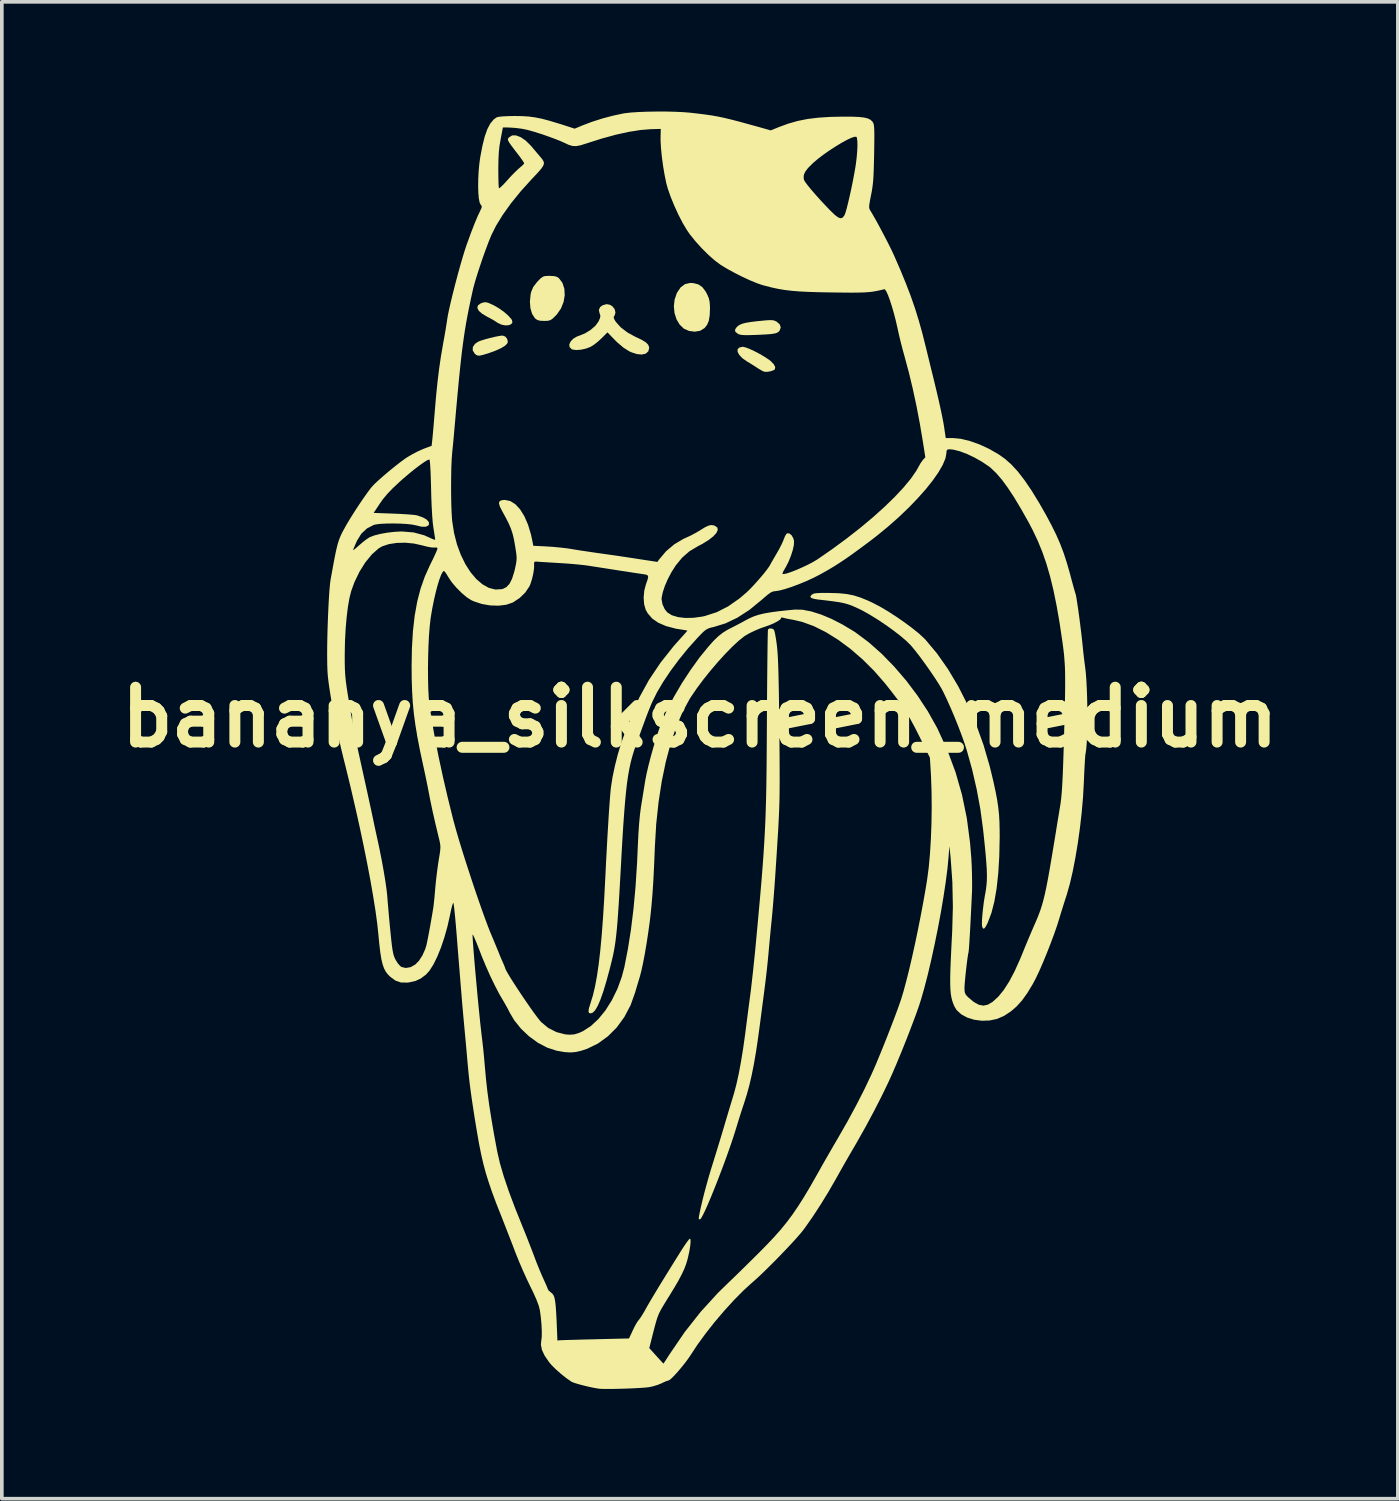
<source format=kicad_pcb>
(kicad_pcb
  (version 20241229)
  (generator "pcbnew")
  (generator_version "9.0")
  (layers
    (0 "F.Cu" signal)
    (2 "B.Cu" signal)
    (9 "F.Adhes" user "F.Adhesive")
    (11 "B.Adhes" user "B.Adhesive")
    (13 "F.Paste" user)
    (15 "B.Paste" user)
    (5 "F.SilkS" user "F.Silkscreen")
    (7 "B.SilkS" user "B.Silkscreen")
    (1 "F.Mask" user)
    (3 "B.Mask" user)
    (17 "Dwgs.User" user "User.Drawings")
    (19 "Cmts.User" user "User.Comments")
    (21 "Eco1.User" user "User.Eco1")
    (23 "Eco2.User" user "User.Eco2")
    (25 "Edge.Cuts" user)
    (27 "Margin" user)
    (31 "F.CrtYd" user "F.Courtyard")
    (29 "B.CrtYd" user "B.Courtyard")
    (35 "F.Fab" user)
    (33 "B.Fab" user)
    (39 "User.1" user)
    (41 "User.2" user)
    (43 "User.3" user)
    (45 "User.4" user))
  (footprint "bananya_silkscreen_medium"
    (layer "F.Cu")
    (at 16.086 16.562)
    (property "Reference" "bananya_silkscreen_medium" (at 0 0 0) (layer "F.SilkS") (effects (font (size 1.5 1.5) (thickness 0.3))))
    (attr board_only exclude_from_pos_files exclude_from_bom)
    (fp_poly (pts (xy -5.322 -10.411) (xy -5.269 -10.348) (xy -5.251 -10.269) (xy -5.264 -10.224) (xy -5.323 -10.162) (xy -5.433 -10.094) (xy -5.588 -10.023) (xy -5.776 -9.955) (xy -5.795 -9.949) (xy -5.927 -9.909) (xy -6.016 -9.889) (xy -6.076 -9.89) (xy -6.121 -9.912) (xy -6.158 -9.944) (xy -6.211 -10.032) (xy -6.207 -10.124) (xy -6.148 -10.21) (xy -6.065 -10.268) (xy -5.989 -10.298) (xy -5.873 -10.334) (xy -5.736 -10.371) (xy -5.598 -10.404) (xy -5.479 -10.427) (xy -5.398 -10.437) (xy -5.396 -10.437)) (stroke (width 0) (type solid)) (fill yes) (layer "F.SilkS"))
    (fp_poly (pts (xy -5.835 -11.346) (xy -5.765 -11.324) (xy -5.663 -11.277) (xy -5.641 -11.267) (xy -5.501 -11.187) (xy -5.363 -11.09) (xy -5.245 -10.988) (xy -5.16 -10.895) (xy -5.137 -10.86) (xy -5.125 -10.794) (xy -5.16 -10.747) (xy -5.229 -10.72) (xy -5.321 -10.715) (xy -5.424 -10.735) (xy -5.525 -10.782) (xy -5.542 -10.794) (xy -5.634 -10.853) (xy -5.749 -10.918) (xy -5.808 -10.948) (xy -5.953 -11.033) (xy -6.046 -11.115) (xy -6.084 -11.193) (xy -6.068 -11.261) (xy -5.994 -11.315) (xy -5.954 -11.331) (xy -5.892 -11.347)) (stroke (width 0) (type solid)) (fill yes) (layer "F.SilkS"))
    (fp_poly (pts (xy -0.17 -11.87) (xy -0.035 -11.833) (xy 0.071 -11.758) (xy 0.161 -11.637) (xy 0.197 -11.57) (xy 0.243 -11.464) (xy 0.267 -11.361) (xy 0.276 -11.234) (xy 0.277 -11.178) (xy 0.269 -10.984) (xy 0.244 -10.838) (xy 0.197 -10.728) (xy 0.128 -10.642) (xy 0.008 -10.567) (xy -0.142 -10.543) (xy -0.299 -10.564) (xy -0.438 -10.626) (xy -0.552 -10.735) (xy -0.638 -10.88) (xy -0.692 -11.049) (xy -0.711 -11.233) (xy -0.691 -11.419) (xy -0.63 -11.597) (xy -0.623 -11.611) (xy -0.524 -11.756) (xy -0.405 -11.844) (xy -0.263 -11.876)) (stroke (width 0) (type solid)) (fill yes) (layer "F.SilkS"))
    (fp_poly (pts (xy 1.251 -10.113) (xy 1.362 -10.071) (xy 1.495 -10.008) (xy 1.637 -9.934) (xy 1.772 -9.854) (xy 1.888 -9.778) (xy 1.942 -9.735) (xy 2.025 -9.648) (xy 2.061 -9.571) (xy 2.049 -9.512) (xy 2.031 -9.497) (xy 1.948 -9.464) (xy 1.847 -9.445) (xy 1.77 -9.446) (xy 1.708 -9.471) (xy 1.624 -9.519) (xy 1.586 -9.543) (xy 1.489 -9.606) (xy 1.371 -9.68) (xy 1.287 -9.73) (xy 1.163 -9.817) (xy 1.078 -9.906) (xy 1.033 -9.989) (xy 1.031 -10.059) (xy 1.074 -10.108) (xy 1.164 -10.129) (xy 1.178 -10.129)) (stroke (width 0) (type solid)) (fill yes) (layer "F.SilkS"))
    (fp_poly (pts (xy 1.987 -10.857) (xy 2.04 -10.845) (xy 2.087 -10.823) (xy 2.102 -10.815) (xy 2.184 -10.743) (xy 2.212 -10.659) (xy 2.182 -10.575) (xy 2.169 -10.558) (xy 2.137 -10.529) (xy 2.095 -10.507) (xy 2.033 -10.491) (xy 1.943 -10.478) (xy 1.814 -10.468) (xy 1.638 -10.459) (xy 1.524 -10.454) (xy 1.348 -10.449) (xy 1.222 -10.449) (xy 1.135 -10.455) (xy 1.074 -10.469) (xy 1.039 -10.485) (xy 0.97 -10.54) (xy 0.962 -10.602) (xy 1.013 -10.674) (xy 1.022 -10.683) (xy 1.078 -10.724) (xy 1.152 -10.758) (xy 1.253 -10.785) (xy 1.392 -10.808) (xy 1.579 -10.831) (xy 1.656 -10.838) (xy 1.809 -10.853) (xy 1.915 -10.859)) (stroke (width 0) (type solid)) (fill yes) (layer "F.SilkS"))
    (fp_poly (pts (xy -3.988 -12.063) (xy -3.911 -12.044) (xy -3.852 -12.004) (xy -3.851 -12.003) (xy -3.756 -11.875) (xy -3.705 -11.716) (xy -3.695 -11.539) (xy -3.726 -11.356) (xy -3.797 -11.178) (xy -3.907 -11.019) (xy -3.94 -10.984) (xy -4.021 -10.905) (xy -4.083 -10.861) (xy -4.146 -10.842) (xy -4.234 -10.837) (xy -4.261 -10.837) (xy -4.373 -10.843) (xy -4.446 -10.863) (xy -4.503 -10.904) (xy -4.509 -10.91) (xy -4.586 -11.027) (xy -4.633 -11.184) (xy -4.647 -11.368) (xy -4.627 -11.565) (xy -4.613 -11.629) (xy -4.556 -11.765) (xy -4.45 -11.903) (xy -4.434 -11.92) (xy -4.355 -12) (xy -4.295 -12.044) (xy -4.233 -12.064) (xy -4.146 -12.069) (xy -4.106 -12.069)) (stroke (width 0) (type solid)) (fill yes) (layer "F.SilkS"))
    (fp_poly (pts (xy -2.456 -11.278) (xy -2.39 -11.235) (xy -2.33 -11.159) (xy -2.308 -11.069) (xy -2.329 -10.988) (xy -2.345 -10.968) (xy -2.358 -10.932) (xy -2.336 -10.873) (xy -2.294 -10.807) (xy -2.162 -10.66) (xy -1.983 -10.523) (xy -1.768 -10.405) (xy -1.746 -10.395) (xy -1.584 -10.318) (xy -1.475 -10.25) (xy -1.412 -10.185) (xy -1.387 -10.118) (xy -1.385 -10.098) (xy -1.41 -10.004) (xy -1.479 -9.943) (xy -1.585 -9.918) (xy -1.719 -9.93) (xy -1.873 -9.98) (xy -1.929 -10.006) (xy -2.084 -10.103) (xy -2.249 -10.242) (xy -2.32 -10.311) (xy -2.526 -10.524) (xy -2.689 -10.361) (xy -2.791 -10.268) (xy -2.898 -10.185) (xy -2.985 -10.13) (xy -3.109 -10.082) (xy -3.247 -10.051) (xy -3.378 -10.041) (xy -3.481 -10.055) (xy -3.505 -10.065) (xy -3.562 -10.122) (xy -3.57 -10.195) (xy -3.534 -10.275) (xy -3.461 -10.351) (xy -3.355 -10.413) (xy -3.303 -10.431) (xy -3.137 -10.499) (xy -2.982 -10.595) (xy -2.854 -10.707) (xy -2.771 -10.823) (xy -2.769 -10.825) (xy -2.73 -10.916) (xy -2.72 -10.977) (xy -2.736 -11.029) (xy -2.739 -11.036) (xy -2.762 -11.133) (xy -2.728 -11.215) (xy -2.661 -11.264) (xy -2.551 -11.296)) (stroke (width 0) (type solid)) (fill yes) (layer "F.SilkS"))
    (fp_poly (pts (xy 3.534 -3.399) (xy 3.792 -3.392) (xy 4.008 -3.371) (xy 4.203 -3.333) (xy 4.396 -3.272) (xy 4.607 -3.185) (xy 4.734 -3.125) (xy 4.93 -3.023) (xy 5.148 -2.894) (xy 5.375 -2.747) (xy 5.6 -2.591) (xy 5.81 -2.435) (xy 5.993 -2.287) (xy 6.136 -2.155) (xy 6.169 -2.121) (xy 6.483 -1.746) (xy 6.783 -1.319) (xy 7.064 -0.847) (xy 7.322 -0.339) (xy 7.554 0.197) (xy 7.755 0.754) (xy 7.921 1.323) (xy 7.953 1.451) (xy 8.027 1.76) (xy 8.084 2.023) (xy 8.128 2.252) (xy 8.159 2.461) (xy 8.18 2.662) (xy 8.192 2.867) (xy 8.197 3.091) (xy 8.198 3.279) (xy 8.187 3.803) (xy 8.159 4.269) (xy 8.114 4.681) (xy 8.052 5.04) (xy 7.973 5.348) (xy 7.875 5.608) (xy 7.871 5.618) (xy 7.815 5.727) (xy 7.772 5.779) (xy 7.74 5.774) (xy 7.717 5.721) (xy 7.712 5.652) (xy 7.715 5.536) (xy 7.726 5.387) (xy 7.744 5.218) (xy 7.766 5.043) (xy 7.793 4.875) (xy 7.804 4.818) (xy 7.824 4.701) (xy 7.838 4.585) (xy 7.847 4.462) (xy 7.849 4.325) (xy 7.845 4.167) (xy 7.833 3.981) (xy 7.815 3.758) (xy 7.789 3.492) (xy 7.756 3.176) (xy 7.74 3.033) (xy 7.669 2.51) (xy 7.569 1.969) (xy 7.445 1.431) (xy 7.303 0.92) (xy 7.235 0.707) (xy 7.158 0.49) (xy 7.065 0.246) (xy 6.963 -0.008) (xy 6.857 -0.257) (xy 6.754 -0.487) (xy 6.661 -0.682) (xy 6.616 -0.769) (xy 6.536 -0.905) (xy 6.426 -1.076) (xy 6.297 -1.266) (xy 6.158 -1.463) (xy 6.019 -1.653) (xy 5.889 -1.821) (xy 5.778 -1.955) (xy 5.759 -1.976) (xy 5.641 -2.092) (xy 5.48 -2.228) (xy 5.289 -2.376) (xy 5.078 -2.527) (xy 4.861 -2.672) (xy 4.649 -2.803) (xy 4.454 -2.913) (xy 4.39 -2.945) (xy 4.265 -3.004) (xy 4.156 -3.052) (xy 4.051 -3.089) (xy 3.94 -3.12) (xy 3.811 -3.146) (xy 3.654 -3.169) (xy 3.457 -3.194) (xy 3.217 -3.221) (xy 3.126 -3.237) (xy 3.057 -3.258) (xy 3.048 -3.263) (xy 3.02 -3.291) (xy 3.036 -3.325) (xy 3.057 -3.347) (xy 3.086 -3.369) (xy 3.13 -3.385) (xy 3.198 -3.394) (xy 3.301 -3.399) (xy 3.45 -3.4)) (stroke (width 0) (type solid)) (fill yes) (layer "F.SilkS"))
    (fp_poly (pts (xy 1.977 -2.424) (xy 2.025 -2.394) (xy 2.041 -2.35) (xy 2.061 -2.258) (xy 2.083 -2.131) (xy 2.104 -1.982) (xy 2.105 -1.97) (xy 2.116 -1.868) (xy 2.126 -1.744) (xy 2.135 -1.593) (xy 2.142 -1.411) (xy 2.149 -1.193) (xy 2.155 -0.935) (xy 2.161 -0.631) (xy 2.166 -0.278) (xy 2.171 0.131) (xy 2.173 0.339) (xy 2.177 0.747) (xy 2.18 1.102) (xy 2.181 1.409) (xy 2.182 1.678) (xy 2.181 1.915) (xy 2.179 2.128) (xy 2.175 2.324) (xy 2.169 2.51) (xy 2.161 2.695) (xy 2.152 2.886) (xy 2.141 3.09) (xy 2.128 3.294) (xy 2.102 3.714) (xy 2.078 4.079) (xy 2.057 4.397) (xy 2.037 4.676) (xy 2.018 4.922) (xy 2 5.143) (xy 1.982 5.346) (xy 1.964 5.539) (xy 1.954 5.634) (xy 1.934 5.838) (xy 1.912 6.069) (xy 1.891 6.295) (xy 1.877 6.45) (xy 1.859 6.642) (xy 1.836 6.866) (xy 1.81 7.095) (xy 1.785 7.297) (xy 1.762 7.478) (xy 1.733 7.7) (xy 1.701 7.942) (xy 1.67 8.184) (xy 1.647 8.359) (xy 1.589 8.787) (xy 1.533 9.162) (xy 1.476 9.492) (xy 1.417 9.787) (xy 1.355 10.055) (xy 1.287 10.304) (xy 1.212 10.544) (xy 1.201 10.576) (xy 1.152 10.723) (xy 1.094 10.904) (xy 1.036 11.092) (xy 0.997 11.22) (xy 0.932 11.427) (xy 0.856 11.657) (xy 0.77 11.902) (xy 0.679 12.155) (xy 0.583 12.41) (xy 0.487 12.661) (xy 0.392 12.901) (xy 0.302 13.122) (xy 0.218 13.32) (xy 0.144 13.486) (xy 0.081 13.614) (xy 0.034 13.698) (xy 0.004 13.731) (xy 0.002 13.731) (xy -0.03 13.717) (xy -0.031 13.712) (xy -0.023 13.639) (xy 0.001 13.518) (xy 0.036 13.359) (xy 0.08 13.173) (xy 0.131 12.972) (xy 0.187 12.765) (xy 0.244 12.563) (xy 0.299 12.378) (xy 0.304 12.361) (xy 0.377 12.127) (xy 0.459 11.862) (xy 0.542 11.59) (xy 0.618 11.338) (xy 0.657 11.207) (xy 0.719 10.997) (xy 0.784 10.779) (xy 0.847 10.57) (xy 0.902 10.388) (xy 0.934 10.282) (xy 0.998 10.042) (xy 1.063 9.749) (xy 1.126 9.412) (xy 1.186 9.04) (xy 1.242 8.641) (xy 1.248 8.59) (xy 1.269 8.424) (xy 1.296 8.218) (xy 1.325 7.992) (xy 1.355 7.767) (xy 1.371 7.646) (xy 1.396 7.454) (xy 1.423 7.217) (xy 1.453 6.952) (xy 1.482 6.675) (xy 1.51 6.404) (xy 1.525 6.245) (xy 1.574 5.72) (xy 1.617 5.249) (xy 1.655 4.824) (xy 1.688 4.438) (xy 1.716 4.083) (xy 1.74 3.753) (xy 1.76 3.44) (xy 1.777 3.135) (xy 1.791 2.833) (xy 1.802 2.525) (xy 1.811 2.204) (xy 1.818 1.863) (xy 1.823 1.494) (xy 1.827 1.089) (xy 1.83 0.642) (xy 1.833 0.144) (xy 1.833 0.083) (xy 1.835 -0.301) (xy 1.838 -0.667) (xy 1.841 -1.01) (xy 1.844 -1.327) (xy 1.847 -1.612) (xy 1.85 -1.861) (xy 1.853 -2.068) (xy 1.856 -2.23) (xy 1.859 -2.341) (xy 1.862 -2.397) (xy 1.864 -2.403) (xy 1.911 -2.43)) (stroke (width 0) (type solid)) (fill yes) (layer "F.SilkS"))
    (fp_poly (pts (xy -0.928 -16.562) (xy -0.681 -16.556) (xy -0.46 -16.546) (xy -0.292 -16.533) (xy -0.061 -16.507) (xy 0.139 -16.482) (xy 0.321 -16.456) (xy 0.496 -16.425) (xy 0.675 -16.387) (xy 0.87 -16.34) (xy 1.093 -16.282) (xy 1.355 -16.21) (xy 1.562 -16.153) (xy 1.938 -16.047) (xy 2.162 -16.138) (xy 2.418 -16.232) (xy 2.676 -16.305) (xy 2.947 -16.359) (xy 3.243 -16.395) (xy 3.578 -16.416) (xy 3.925 -16.423) (xy 4.163 -16.422) (xy 4.347 -16.414) (xy 4.486 -16.399) (xy 4.588 -16.375) (xy 4.661 -16.34) (xy 4.713 -16.293) (xy 4.731 -16.268) (xy 4.746 -16.239) (xy 4.757 -16.196) (xy 4.765 -16.133) (xy 4.769 -16.042) (xy 4.771 -15.915) (xy 4.77 -15.745) (xy 4.767 -15.526) (xy 4.765 -15.401) (xy 4.759 -15.141) (xy 4.753 -14.93) (xy 4.745 -14.76) (xy 4.734 -14.619) (xy 4.719 -14.496) (xy 4.701 -14.38) (xy 4.68 -14.273) (xy 4.65 -14.12) (xy 4.633 -14.015) (xy 4.629 -13.945) (xy 4.637 -13.899) (xy 4.65 -13.873) (xy 4.727 -13.744) (xy 4.823 -13.576) (xy 4.929 -13.381) (xy 5.037 -13.176) (xy 5.141 -12.976) (xy 5.231 -12.795) (xy 5.3 -12.649) (xy 5.303 -12.642) (xy 5.482 -12.232) (xy 5.634 -11.861) (xy 5.766 -11.517) (xy 5.881 -11.186) (xy 5.984 -10.854) (xy 6.081 -10.508) (xy 6.157 -10.206) (xy 6.181 -10.109) (xy 6.217 -9.963) (xy 6.262 -9.78) (xy 6.313 -9.569) (xy 6.369 -9.343) (xy 6.42 -9.134) (xy 6.477 -8.896) (xy 6.532 -8.659) (xy 6.582 -8.434) (xy 6.624 -8.233) (xy 6.656 -8.07) (xy 6.673 -7.972) (xy 6.723 -7.635) (xy 6.914 -7.635) (xy 7.135 -7.614) (xy 7.385 -7.553) (xy 7.649 -7.459) (xy 7.914 -7.336) (xy 8.166 -7.191) (xy 8.34 -7.068) (xy 8.513 -6.916) (xy 8.692 -6.722) (xy 8.878 -6.481) (xy 9.075 -6.191) (xy 9.285 -5.848) (xy 9.461 -5.539) (xy 9.614 -5.253) (xy 9.741 -4.996) (xy 9.849 -4.749) (xy 9.945 -4.498) (xy 10.034 -4.225) (xy 10.123 -3.914) (xy 10.16 -3.772) (xy 10.199 -3.629) (xy 10.232 -3.509) (xy 10.257 -3.423) (xy 10.27 -3.384) (xy 10.27 -3.383) (xy 10.282 -3.341) (xy 10.299 -3.247) (xy 10.32 -3.112) (xy 10.345 -2.946) (xy 10.371 -2.757) (xy 10.397 -2.557) (xy 10.422 -2.355) (xy 10.445 -2.16) (xy 10.464 -1.983) (xy 10.468 -1.94) (xy 10.485 -1.773) (xy 10.505 -1.601) (xy 10.524 -1.449) (xy 10.532 -1.392) (xy 10.552 -1.223) (xy 10.568 -1.015) (xy 10.58 -0.778) (xy 10.589 -0.521) (xy 10.595 -0.255) (xy 10.596 0.011) (xy 10.594 0.267) (xy 10.588 0.502) (xy 10.578 0.707) (xy 10.564 0.873) (xy 10.547 0.988) (xy 10.544 1.001) (xy 10.538 1.048) (xy 10.531 1.147) (xy 10.522 1.289) (xy 10.513 1.465) (xy 10.504 1.665) (xy 10.498 1.801) (xy 10.476 2.196) (xy 10.44 2.609) (xy 10.392 3.029) (xy 10.334 3.445) (xy 10.267 3.846) (xy 10.194 4.22) (xy 10.116 4.556) (xy 10.034 4.844) (xy 10.023 4.88) (xy 9.968 5.049) (xy 9.911 5.23) (xy 9.86 5.395) (xy 9.836 5.477) (xy 9.769 5.69) (xy 9.685 5.933) (xy 9.588 6.192) (xy 9.484 6.457) (xy 9.379 6.712) (xy 9.276 6.947) (xy 9.181 7.147) (xy 9.106 7.289) (xy 8.954 7.54) (xy 8.809 7.742) (xy 8.662 7.906) (xy 8.504 8.042) (xy 8.325 8.16) (xy 8.313 8.167) (xy 8.125 8.248) (xy 7.921 8.291) (xy 7.71 8.298) (xy 7.503 8.271) (xy 7.312 8.212) (xy 7.148 8.123) (xy 7.021 8.006) (xy 6.958 7.903) (xy 6.926 7.824) (xy 6.899 7.746) (xy 6.878 7.661) (xy 6.862 7.564) (xy 6.851 7.45) (xy 6.846 7.312) (xy 6.845 7.145) (xy 6.849 6.943) (xy 6.858 6.701) (xy 6.871 6.412) (xy 6.888 6.07) (xy 6.9 5.845) (xy 6.918 5.179) (xy 6.904 4.507) (xy 6.858 3.856) (xy 6.843 3.71) (xy 6.822 3.525) (xy 6.799 3.833) (xy 6.769 4.147) (xy 6.722 4.509) (xy 6.662 4.906) (xy 6.591 5.328) (xy 6.51 5.763) (xy 6.421 6.2) (xy 6.328 6.628) (xy 6.233 7.034) (xy 6.136 7.407) (xy 6.048 7.715) (xy 5.992 7.889) (xy 5.915 8.108) (xy 5.821 8.36) (xy 5.716 8.635) (xy 5.604 8.92) (xy 5.489 9.205) (xy 5.375 9.479) (xy 5.268 9.729) (xy 5.171 9.944) (xy 5.164 9.96) (xy 4.979 10.343) (xy 4.767 10.759) (xy 4.536 11.19) (xy 4.295 11.618) (xy 4.212 11.761) (xy 4.098 11.956) (xy 3.971 12.177) (xy 3.845 12.399) (xy 3.733 12.599) (xy 3.711 12.638) (xy 3.515 12.978) (xy 3.303 13.323) (xy 3.088 13.653) (xy 2.881 13.949) (xy 2.841 14.003) (xy 2.758 14.107) (xy 2.638 14.245) (xy 2.49 14.407) (xy 2.323 14.584) (xy 2.145 14.769) (xy 1.965 14.951) (xy 1.791 15.123) (xy 1.632 15.276) (xy 1.496 15.4) (xy 1.447 15.442) (xy 1.201 15.665) (xy 0.937 15.931) (xy 0.668 16.226) (xy 0.403 16.538) (xy 0.154 16.854) (xy -0.07 17.162) (xy -0.225 17.399) (xy -0.303 17.515) (xy -0.397 17.643) (xy -0.501 17.773) (xy -0.605 17.896) (xy -0.702 18.003) (xy -0.783 18.083) (xy -0.84 18.128) (xy -0.857 18.134) (xy -0.907 18.148) (xy -0.988 18.182) (xy -1.042 18.209) (xy -1.154 18.255) (xy -1.291 18.296) (xy -1.385 18.316) (xy -1.48 18.327) (xy -1.621 18.337) (xy -1.794 18.347) (xy -1.985 18.355) (xy -2.182 18.361) (xy -2.372 18.365) (xy -2.539 18.366) (xy -2.672 18.364) (xy -2.756 18.359) (xy -2.873 18.34) (xy -3.014 18.311) (xy -3.162 18.276) (xy -3.303 18.239) (xy -3.42 18.204) (xy -3.497 18.175) (xy -3.51 18.168) (xy -3.646 18.074) (xy -3.794 17.956) (xy -3.937 17.83) (xy -4.058 17.71) (xy -4.123 17.632) (xy -4.246 17.452) (xy -4.319 17.296) (xy -4.346 17.158) (xy -4.337 17.052) (xy -4.323 16.94) (xy -4.322 16.782) (xy -4.331 16.594) (xy -4.35 16.392) (xy -4.375 16.21) (xy -4.406 16.088) (xy -4.466 15.928) (xy -4.557 15.724) (xy -4.636 15.563) (xy -4.734 15.358) (xy -4.841 15.122) (xy -4.944 14.882) (xy -5.032 14.664) (xy -5.047 14.624) (xy -5.123 14.425) (xy -5.213 14.193) (xy -5.308 13.949) (xy -5.399 13.717) (xy -5.442 13.608) (xy -5.571 13.281) (xy -5.679 12.991) (xy -5.77 12.726) (xy -5.849 12.473) (xy -5.917 12.222) (xy -5.978 11.958) (xy -6.036 11.67) (xy -6.093 11.345) (xy -6.154 10.976) (xy -6.199 10.684) (xy -6.236 10.439) (xy -6.266 10.227) (xy -6.291 10.032) (xy -6.313 9.842) (xy -6.333 9.643) (xy -6.354 9.419) (xy -6.358 9.375) (xy -6.377 9.151) (xy -6.4 8.896) (xy -6.424 8.64) (xy -6.445 8.411) (xy -6.447 8.39) (xy -6.458 8.272) (xy -6.469 8.157) (xy -6.479 8.039) (xy -6.491 7.911) (xy -6.503 7.769) (xy -6.516 7.605) (xy -6.532 7.415) (xy -6.55 7.192) (xy -6.571 6.93) (xy -6.596 6.624) (xy -6.625 6.268) (xy -6.647 5.982) (xy -6.215 5.982) (xy -6.21 6.077) (xy -6.2 6.218) (xy -6.186 6.399) (xy -6.169 6.611) (xy -6.149 6.847) (xy -6.126 7.1) (xy -6.102 7.362) (xy -6.078 7.626) (xy -6.053 7.885) (xy -6.028 8.132) (xy -6.005 8.357) (xy -5.983 8.556) (xy -5.964 8.719) (xy -5.959 8.759) (xy -5.939 8.927) (xy -5.917 9.13) (xy -5.897 9.342) (xy -5.881 9.529) (xy -5.849 9.879) (xy -5.81 10.232) (xy -5.76 10.6) (xy -5.698 10.994) (xy -5.624 11.425) (xy -5.539 11.88) (xy -5.467 12.193) (xy -5.361 12.556) (xy -5.223 12.964) (xy -5.053 13.417) (xy -4.927 13.731) (xy -4.84 13.947) (xy -4.751 14.167) (xy -4.668 14.379) (xy -4.595 14.567) (xy -4.538 14.716) (xy -4.527 14.747) (xy -4.462 14.918) (xy -4.389 15.098) (xy -4.319 15.263) (xy -4.277 15.357) (xy -4.224 15.473) (xy -4.183 15.567) (xy -4.159 15.627) (xy -4.156 15.64) (xy -4.134 15.674) (xy -4.078 15.723) (xy -4.068 15.73) (xy -4.029 15.764) (xy -3.999 15.809) (xy -3.975 15.873) (xy -3.957 15.965) (xy -3.942 16.091) (xy -3.93 16.26) (xy -3.918 16.48) (xy -3.913 16.595) (xy -3.895 17.041) (xy -3.818 17.034) (xy -3.768 17.032) (xy -3.665 17.028) (xy -3.518 17.024) (xy -3.334 17.019) (xy -3.123 17.013) (xy -2.893 17.008) (xy -2.839 17.006) (xy -1.937 16.985) (xy -1.834 16.763) (xy -1.778 16.649) (xy -1.722 16.55) (xy -1.677 16.487) (xy -1.672 16.481) (xy -1.63 16.426) (xy -1.571 16.334) (xy -1.505 16.223) (xy -1.489 16.193) (xy -1.428 16.084) (xy -1.337 15.929) (xy -1.222 15.737) (xy -1.086 15.512) (xy -0.932 15.262) (xy -0.766 14.994) (xy -0.591 14.713) (xy -0.492 14.555) (xy -0.414 14.436) (xy -0.347 14.34) (xy -0.296 14.276) (xy -0.271 14.255) (xy -0.255 14.283) (xy -0.254 14.359) (xy -0.266 14.474) (xy -0.29 14.615) (xy -0.325 14.772) (xy -0.342 14.839) (xy -0.38 14.963) (xy -0.429 15.091) (xy -0.495 15.231) (xy -0.58 15.393) (xy -0.691 15.584) (xy -0.831 15.814) (xy -0.892 15.912) (xy -0.99 16.071) (xy -1.063 16.195) (xy -1.117 16.301) (xy -1.159 16.406) (xy -1.197 16.527) (xy -1.239 16.681) (xy -1.266 16.785) (xy -1.383 17.248) (xy -1.192 17.46) (xy -1.108 17.552) (xy -1.042 17.624) (xy -1.003 17.666) (xy -0.996 17.672) (xy -0.978 17.648) (xy -0.935 17.583) (xy -0.874 17.488) (xy -0.829 17.418) (xy -0.415 16.812) (xy 0.023 16.256) (xy 0.491 15.743) (xy 0.785 15.456) (xy 0.876 15.369) (xy 1.001 15.248) (xy 1.151 15.101) (xy 1.317 14.938) (xy 1.49 14.767) (xy 1.618 14.64) (xy 1.841 14.413) (xy 2.038 14.204) (xy 2.215 14.004) (xy 2.378 13.804) (xy 2.533 13.596) (xy 2.687 13.37) (xy 2.846 13.119) (xy 3.016 12.834) (xy 3.203 12.506) (xy 3.301 12.331) (xy 3.375 12.199) (xy 3.471 12.032) (xy 3.58 11.843) (xy 3.692 11.65) (xy 3.771 11.515) (xy 4.035 11.054) (xy 4.281 10.599) (xy 4.504 10.162) (xy 4.696 9.756) (xy 4.736 9.667) (xy 4.824 9.465) (xy 4.922 9.227) (xy 5.028 8.967) (xy 5.135 8.697) (xy 5.239 8.429) (xy 5.336 8.175) (xy 5.42 7.948) (xy 5.486 7.76) (xy 5.507 7.697) (xy 5.572 7.481) (xy 5.644 7.213) (xy 5.722 6.903) (xy 5.802 6.56) (xy 5.883 6.194) (xy 5.963 5.812) (xy 6.039 5.426) (xy 6.111 5.044) (xy 6.176 4.675) (xy 6.217 4.418) (xy 6.259 4.097) (xy 6.292 3.727) (xy 6.317 3.324) (xy 6.333 2.899) (xy 6.339 2.466) (xy 6.335 2.038) (xy 6.321 1.629) (xy 6.315 1.514) (xy 6.29 1.104) (xy 5.997 0.513) (xy 5.874 0.27) (xy 5.761 0.061) (xy 5.65 -0.127) (xy 5.533 -0.307) (xy 5.401 -0.493) (xy 5.244 -0.698) (xy 5.06 -0.93) (xy 4.764 -1.27) (xy 4.448 -1.584) (xy 4.12 -1.868) (xy 3.784 -2.117) (xy 3.448 -2.326) (xy 3.118 -2.491) (xy 2.8 -2.607) (xy 2.571 -2.661) (xy 2.448 -2.683) (xy 2.344 -2.704) (xy 2.278 -2.721) (xy 2.271 -2.724) (xy 2.226 -2.728) (xy 2.217 -2.701) (xy 2.19 -2.668) (xy 2.12 -2.621) (xy 2.02 -2.569) (xy 1.906 -2.52) (xy 1.792 -2.48) (xy 1.786 -2.478) (xy 1.649 -2.43) (xy 1.494 -2.364) (xy 1.345 -2.292) (xy 1.228 -2.223) (xy 1.217 -2.216) (xy 1.065 -2.095) (xy 0.889 -1.932) (xy 0.695 -1.734) (xy 0.494 -1.513) (xy 0.292 -1.276) (xy 0.097 -1.033) (xy -0.082 -0.793) (xy -0.237 -0.566) (xy -0.285 -0.49) (xy -0.475 -0.139) (xy -0.647 0.265) (xy -0.799 0.719) (xy -0.931 1.216) (xy -1.042 1.751) (xy -1.129 2.319) (xy -1.193 2.915) (xy -1.23 3.533) (xy -1.232 3.587) (xy -1.251 4.045) (xy -1.271 4.45) (xy -1.294 4.81) (xy -1.321 5.133) (xy -1.351 5.426) (xy -1.372 5.602) (xy -1.414 5.904) (xy -1.459 6.197) (xy -1.506 6.473) (xy -1.553 6.719) (xy -1.598 6.927) (xy -1.639 7.086) (xy -1.644 7.101) (xy -1.687 7.244) (xy -1.731 7.391) (xy -1.766 7.511) (xy -1.767 7.517) (xy -1.894 7.872) (xy -2.064 8.195) (xy -2.272 8.481) (xy -2.515 8.724) (xy -2.787 8.921) (xy -3.084 9.066) (xy -3.242 9.118) (xy -3.394 9.153) (xy -3.538 9.165) (xy -3.694 9.156) (xy -3.883 9.123) (xy -3.923 9.115) (xy -4.175 9.033) (xy -4.428 8.9) (xy -4.67 8.724) (xy -4.89 8.516) (xy -5.075 8.285) (xy -5.192 8.088) (xy -5.255 7.966) (xy -5.318 7.851) (xy -5.368 7.765) (xy -5.371 7.76) (xy -5.484 7.567) (xy -5.607 7.331) (xy -5.735 7.066) (xy -5.858 6.788) (xy -5.972 6.513) (xy -6.006 6.423) (xy -6.069 6.261) (xy -6.124 6.123) (xy -6.169 6.018) (xy -6.2 5.955) (xy -6.214 5.941) (xy -6.215 5.982) (xy -6.647 5.982) (xy -6.653 5.911) (xy -6.671 5.693) (xy -6.689 5.495) (xy -6.706 5.326) (xy -6.72 5.194) (xy -6.732 5.106) (xy -6.74 5.072) (xy -6.753 5.091) (xy -6.775 5.16) (xy -6.802 5.268) (xy -6.831 5.405) (xy -6.832 5.411) (xy -6.902 5.722) (xy -6.986 6.021) (xy -7.08 6.299) (xy -7.181 6.549) (xy -7.286 6.761) (xy -7.392 6.928) (xy -7.489 7.036) (xy -7.633 7.144) (xy -7.777 7.211) (xy -7.948 7.249) (xy -7.999 7.255) (xy -8.172 7.252) (xy -8.324 7.2) (xy -8.468 7.094) (xy -8.534 7.027) (xy -8.59 6.953) (xy -8.637 6.863) (xy -8.676 6.749) (xy -8.71 6.604) (xy -8.739 6.42) (xy -8.766 6.189) (xy -8.791 5.927) (xy -8.823 5.63) (xy -8.871 5.28) (xy -8.934 4.885) (xy -9.01 4.449) (xy -9.099 3.98) (xy -9.199 3.484) (xy -9.309 2.967) (xy -9.428 2.436) (xy -9.553 1.897) (xy -9.685 1.356) (xy -9.744 1.122) (xy -9.821 0.804) (xy -9.899 0.455) (xy -9.973 0.102) (xy -10.036 -0.231) (xy -10.066 -0.399) (xy -10.106 -0.642) (xy -10.136 -0.838) (xy -10.158 -1.001) (xy -10.174 -1.145) (xy -10.183 -1.284) (xy -10.188 -1.432) (xy -10.189 -1.509) (xy -9.71 -1.509) (xy -9.706 -1.321) (xy -9.697 -1.156) (xy -9.681 -0.994) (xy -9.657 -0.816) (xy -9.628 -0.631) (xy -9.582 -0.356) (xy -9.544 -0.125) (xy -9.509 0.075) (xy -9.477 0.255) (xy -9.444 0.427) (xy -9.409 0.604) (xy -9.369 0.796) (xy -9.321 1.016) (xy -9.264 1.276) (xy -9.216 1.493) (xy -9.16 1.748) (xy -9.106 1.993) (xy -9.057 2.218) (xy -9.014 2.415) (xy -8.979 2.575) (xy -8.955 2.691) (xy -8.944 2.74) (xy -8.921 2.853) (xy -8.889 3.005) (xy -8.852 3.173) (xy -8.822 3.31) (xy -8.756 3.617) (xy -8.696 3.923) (xy -8.643 4.215) (xy -8.599 4.483) (xy -8.566 4.715) (xy -8.546 4.901) (xy -8.545 4.926) (xy -8.535 5.051) (xy -8.52 5.221) (xy -8.503 5.422) (xy -8.483 5.637) (xy -8.462 5.85) (xy -8.44 6.069) (xy -8.421 6.236) (xy -8.403 6.362) (xy -8.385 6.456) (xy -8.365 6.529) (xy -8.34 6.59) (xy -8.318 6.634) (xy -8.258 6.728) (xy -8.194 6.801) (xy -8.159 6.828) (xy -8.042 6.855) (xy -7.911 6.833) (xy -7.781 6.761) (xy -7.78 6.76) (xy -7.679 6.656) (xy -7.585 6.51) (xy -7.51 6.341) (xy -7.481 6.25) (xy -7.464 6.175) (xy -7.439 6.053) (xy -7.409 5.898) (xy -7.377 5.725) (xy -7.346 5.548) (xy -7.317 5.381) (xy -7.293 5.238) (xy -7.281 5.157) (xy -7.274 5.092) (xy -7.262 4.98) (xy -7.249 4.837) (xy -7.235 4.678) (xy -7.234 4.664) (xy -7.215 4.467) (xy -7.189 4.247) (xy -7.16 4.035) (xy -7.14 3.9) (xy -7.114 3.745) (xy -7.099 3.634) (xy -7.094 3.549) (xy -7.1 3.474) (xy -7.115 3.39) (xy -7.141 3.284) (xy -7.234 2.895) (xy -7.313 2.546) (xy -7.376 2.245) (xy -7.405 2.094) (xy -7.432 1.953) (xy -7.468 1.773) (xy -7.509 1.575) (xy -7.551 1.38) (xy -7.56 1.339) (xy -7.649 0.926) (xy -7.72 0.559) (xy -7.776 0.225) (xy -7.819 -0.09) (xy -7.849 -0.397) (xy -7.868 -0.711) (xy -7.879 -1.044) (xy -7.881 -1.332) (xy -7.434 -1.332) (xy -7.432 -1.035) (xy -7.425 -0.76) (xy -7.412 -0.521) (xy -7.394 -0.339) (xy -7.329 0.089) (xy -7.245 0.566) (xy -7.143 1.082) (xy -7.025 1.629) (xy -6.893 2.198) (xy -6.749 2.78) (xy -6.731 2.848) (xy -6.674 3.056) (xy -6.601 3.307) (xy -6.515 3.59) (xy -6.419 3.896) (xy -6.315 4.216) (xy -6.209 4.539) (xy -6.102 4.856) (xy -5.998 5.156) (xy -5.9 5.431) (xy -5.812 5.67) (xy -5.737 5.864) (xy -5.71 5.927) (xy -5.647 6.077) (xy -5.586 6.224) (xy -5.535 6.348) (xy -5.506 6.419) (xy -5.458 6.539) (xy -5.405 6.662) (xy -5.386 6.704) (xy -5.351 6.785) (xy -5.329 6.841) (xy -5.326 6.853) (xy -5.309 6.898) (xy -5.262 6.985) (xy -5.19 7.106) (xy -5.098 7.252) (xy -4.992 7.415) (xy -4.878 7.587) (xy -4.761 7.76) (xy -4.646 7.926) (xy -4.54 8.076) (xy -4.446 8.202) (xy -4.372 8.296) (xy -4.339 8.334) (xy -4.145 8.495) (xy -3.92 8.609) (xy -3.678 8.671) (xy -3.553 8.68) (xy -3.432 8.67) (xy -3.309 8.633) (xy -3.199 8.584) (xy -2.982 8.444) (xy -2.774 8.251) (xy -2.58 8.013) (xy -2.406 7.736) (xy -2.256 7.43) (xy -2.136 7.102) (xy -2.065 6.835) (xy -1.967 6.333) (xy -1.884 5.805) (xy -1.815 5.242) (xy -1.759 4.638) (xy -1.717 3.985) (xy -1.695 3.494) (xy -1.68 3.185) (xy -1.66 2.899) (xy -1.636 2.649) (xy -1.61 2.446) (xy -1.605 2.417) (xy -1.574 2.23) (xy -1.541 2.026) (xy -1.51 1.833) (xy -1.493 1.728) (xy -1.459 1.553) (xy -1.409 1.335) (xy -1.346 1.091) (xy -1.275 0.837) (xy -1.201 0.588) (xy -1.127 0.361) (xy -1.059 0.171) (xy -1.047 0.139) (xy -0.897 -0.2) (xy -0.708 -0.561) (xy -0.491 -0.932) (xy -0.253 -1.295) (xy -0.006 -1.638) (xy 0.24 -1.939) (xy 0.382 -2.097) (xy 0.506 -2.216) (xy 0.625 -2.31) (xy 0.755 -2.391) (xy 0.862 -2.446) (xy 0.995 -2.514) (xy 1.137 -2.589) (xy 1.234 -2.642) (xy 1.353 -2.705) (xy 1.471 -2.757) (xy 1.599 -2.8) (xy 1.745 -2.836) (xy 1.918 -2.867) (xy 2.128 -2.896) (xy 2.383 -2.924) (xy 2.605 -2.945) (xy 2.808 -2.94) (xy 3.046 -2.894) (xy 3.312 -2.81) (xy 3.598 -2.691) (xy 3.895 -2.539) (xy 4.197 -2.358) (xy 4.264 -2.314) (xy 4.615 -2.052) (xy 4.968 -1.74) (xy 5.314 -1.385) (xy 5.646 -0.998) (xy 5.955 -0.587) (xy 6.234 -0.162) (xy 6.475 0.268) (xy 6.496 0.308) (xy 6.768 0.902) (xy 6.991 1.502) (xy 7.167 2.117) (xy 7.299 2.757) (xy 7.388 3.431) (xy 7.423 3.86) (xy 7.434 4.076) (xy 7.441 4.304) (xy 7.444 4.525) (xy 7.443 4.717) (xy 7.44 4.802) (xy 7.421 5.191) (xy 7.404 5.531) (xy 7.389 5.819) (xy 7.375 6.055) (xy 7.364 6.236) (xy 7.354 6.359) (xy 7.347 6.424) (xy 7.345 6.43) (xy 7.332 6.493) (xy 7.316 6.602) (xy 7.298 6.743) (xy 7.279 6.902) (xy 7.262 7.063) (xy 7.248 7.212) (xy 7.238 7.334) (xy 7.235 7.411) (xy 7.241 7.512) (xy 7.268 7.581) (xy 7.328 7.648) (xy 7.335 7.655) (xy 7.491 7.785) (xy 7.628 7.861) (xy 7.755 7.884) (xy 7.878 7.857) (xy 8.007 7.78) (xy 8.01 7.777) (xy 8.162 7.638) (xy 8.311 7.455) (xy 8.459 7.224) (xy 8.608 6.941) (xy 8.76 6.603) (xy 8.829 6.435) (xy 8.906 6.245) (xy 8.997 6.028) (xy 9.088 5.814) (xy 9.153 5.664) (xy 9.213 5.527) (xy 9.265 5.398) (xy 9.312 5.27) (xy 9.355 5.137) (xy 9.395 4.992) (xy 9.435 4.828) (xy 9.475 4.64) (xy 9.518 4.419) (xy 9.564 4.16) (xy 9.616 3.856) (xy 9.675 3.5) (xy 9.699 3.356) (xy 9.734 3.142) (xy 9.77 2.917) (xy 9.806 2.7) (xy 9.837 2.512) (xy 9.853 2.414) (xy 9.868 2.315) (xy 9.881 2.204) (xy 9.893 2.077) (xy 9.904 1.925) (xy 9.914 1.745) (xy 9.924 1.53) (xy 9.934 1.273) (xy 9.944 0.97) (xy 9.955 0.613) (xy 9.96 0.431) (xy 9.971 0.038) (xy 9.979 -0.299) (xy 9.985 -0.589) (xy 9.988 -0.838) (xy 9.988 -1.053) (xy 9.986 -1.24) (xy 9.98 -1.407) (xy 9.97 -1.56) (xy 9.958 -1.707) (xy 9.941 -1.854) (xy 9.921 -2.007) (xy 9.911 -2.078) (xy 9.834 -2.595) (xy 9.753 -3.058) (xy 9.668 -3.475) (xy 9.576 -3.852) (xy 9.476 -4.198) (xy 9.364 -4.52) (xy 9.239 -4.825) (xy 9.099 -5.121) (xy 8.983 -5.342) (xy 8.776 -5.708) (xy 8.588 -6.021) (xy 8.415 -6.283) (xy 8.255 -6.5) (xy 8.105 -6.674) (xy 7.963 -6.81) (xy 7.904 -6.858) (xy 7.716 -6.985) (xy 7.511 -7.101) (xy 7.304 -7.199) (xy 7.108 -7.273) (xy 6.935 -7.317) (xy 6.832 -7.328) (xy 6.77 -7.32) (xy 6.746 -7.286) (xy 6.742 -7.227) (xy 6.716 -7.081) (xy 6.643 -6.905) (xy 6.527 -6.703) (xy 6.372 -6.48) (xy 6.182 -6.241) (xy 5.96 -5.991) (xy 5.712 -5.733) (xy 5.44 -5.473) (xy 5.148 -5.215) (xy 4.841 -4.963) (xy 4.649 -4.815) (xy 4.399 -4.629) (xy 4.187 -4.474) (xy 4.003 -4.344) (xy 3.837 -4.233) (xy 3.679 -4.132) (xy 3.52 -4.036) (xy 3.348 -3.939) (xy 3.279 -3.901) (xy 3.104 -3.811) (xy 2.91 -3.722) (xy 2.708 -3.639) (xy 2.511 -3.565) (xy 2.33 -3.506) (xy 2.178 -3.466) (xy 2.067 -3.448) (xy 2.056 -3.448) (xy 2.001 -3.44) (xy 1.941 -3.413) (xy 1.863 -3.358) (xy 1.758 -3.27) (xy 1.693 -3.213) (xy 1.358 -2.938) (xy 1.028 -2.724) (xy 0.702 -2.568) (xy 0.391 -2.472) (xy 0.293 -2.449) (xy 0.22 -2.423) (xy 0.157 -2.387) (xy 0.089 -2.33) (xy 0.002 -2.242) (xy -0.063 -2.173) (xy -0.322 -1.885) (xy -0.569 -1.581) (xy -0.798 -1.273) (xy -1.001 -0.971) (xy -1.17 -0.685) (xy -1.298 -0.427) (xy -1.302 -0.419) (xy -1.341 -0.328) (xy -1.378 -0.237) (xy -1.417 -0.139) (xy -1.461 -0.025) (xy -1.512 0.114) (xy -1.575 0.284) (xy -1.651 0.496) (xy -1.745 0.756) (xy -1.755 0.785) (xy -1.807 0.935) (xy -1.852 1.085) (xy -1.893 1.243) (xy -1.929 1.412) (xy -1.962 1.598) (xy -1.992 1.806) (xy -2.019 2.043) (xy -2.045 2.313) (xy -2.07 2.621) (xy -2.095 2.974) (xy -2.12 3.376) (xy -2.146 3.832) (xy -2.153 3.972) (xy -2.177 4.397) (xy -2.198 4.767) (xy -2.217 5.087) (xy -2.236 5.363) (xy -2.253 5.601) (xy -2.271 5.807) (xy -2.29 5.987) (xy -2.31 6.146) (xy -2.332 6.291) (xy -2.357 6.427) (xy -2.385 6.56) (xy -2.418 6.697) (xy -2.454 6.842) (xy -2.464 6.88) (xy -2.556 7.218) (xy -2.64 7.498) (xy -2.719 7.721) (xy -2.792 7.89) (xy -2.861 8.008) (xy -2.927 8.076) (xy -2.989 8.097) (xy -3.031 8.085) (xy -3.045 8.041) (xy -3.034 7.96) (xy -2.995 7.833) (xy -2.985 7.802) (xy -2.923 7.601) (xy -2.867 7.363) (xy -2.815 7.085) (xy -2.768 6.765) (xy -2.725 6.398) (xy -2.686 5.982) (xy -2.65 5.514) (xy -2.617 4.991) (xy -2.587 4.409) (xy -2.585 4.387) (xy -2.567 4.005) (xy -2.547 3.634) (xy -2.528 3.281) (xy -2.508 2.952) (xy -2.49 2.654) (xy -2.472 2.393) (xy -2.455 2.175) (xy -2.441 2.007) (xy -2.431 1.915) (xy -2.387 1.633) (xy -2.322 1.324) (xy -2.243 1.013) (xy -2.156 0.722) (xy -2.083 0.518) (xy -2.019 0.353) (xy -1.954 0.182) (xy -1.895 0.028) (xy -1.862 -0.062) (xy -1.656 -0.54) (xy -1.393 -1.018) (xy -1.077 -1.49) (xy -0.714 -1.948) (xy -0.511 -2.175) (xy -0.431 -2.263) (xy -0.372 -2.33) (xy -0.343 -2.368) (xy -0.341 -2.372) (xy -0.66 -2.423) (xy -0.924 -2.493) (xy -1.137 -2.585) (xy -1.303 -2.7) (xy -1.425 -2.841) (xy -1.481 -2.94) (xy -1.524 -3.09) (xy -1.537 -3.272) (xy -1.52 -3.463) (xy -1.475 -3.633) (xy -1.432 -3.755) (xy -1.413 -3.832) (xy -1.424 -3.876) (xy -1.467 -3.899) (xy -1.548 -3.913) (xy -1.57 -3.916) (xy -1.67 -3.931) (xy -1.818 -3.953) (xy -2.002 -3.982) (xy -2.209 -4.013) (xy -2.427 -4.047) (xy -2.643 -4.081) (xy -2.844 -4.112) (xy -3.019 -4.14) (xy -3.033 -4.142) (xy -3.159 -4.159) (xy -3.329 -4.177) (xy -3.526 -4.195) (xy -3.733 -4.21) (xy -3.864 -4.218) (xy -4.046 -4.229) (xy -4.21 -4.239) (xy -4.345 -4.247) (xy -4.439 -4.254) (xy -4.48 -4.257) (xy -4.524 -4.25) (xy -4.534 -4.204) (xy -4.532 -4.187) (xy -4.533 -4.077) (xy -4.554 -3.933) (xy -4.589 -3.78) (xy -4.634 -3.64) (xy -4.664 -3.573) (xy -4.774 -3.41) (xy -4.928 -3.261) (xy -5.106 -3.143) (xy -5.117 -3.137) (xy -5.292 -3.077) (xy -5.503 -3.051) (xy -5.731 -3.058) (xy -5.963 -3.098) (xy -6.18 -3.17) (xy -6.256 -3.205) (xy -6.378 -3.284) (xy -6.515 -3.401) (xy -6.653 -3.539) (xy -6.776 -3.682) (xy -6.866 -3.814) (xy -6.922 -3.907) (xy -6.969 -3.974) (xy -6.997 -4.002) (xy -6.998 -4.002) (xy -7.033 -3.973) (xy -7.075 -3.892) (xy -7.123 -3.766) (xy -7.173 -3.603) (xy -7.223 -3.411) (xy -7.272 -3.199) (xy -7.317 -2.973) (xy -7.356 -2.744) (xy -7.363 -2.694) (xy -7.387 -2.482) (xy -7.407 -2.226) (xy -7.421 -1.941) (xy -7.43 -1.638) (xy -7.434 -1.332) (xy -7.881 -1.332) (xy -7.882 -1.377) (xy -7.873 -1.894) (xy -7.845 -2.359) (xy -7.797 -2.78) (xy -7.728 -3.163) (xy -7.637 -3.516) (xy -7.521 -3.846) (xy -7.38 -4.16) (xy -7.374 -4.172) (xy -7.302 -4.317) (xy -7.242 -4.445) (xy -7.198 -4.544) (xy -7.175 -4.604) (xy -7.173 -4.614) (xy -7.196 -4.643) (xy -7.256 -4.64) (xy -7.324 -4.642) (xy -7.429 -4.659) (xy -7.553 -4.689) (xy -7.585 -4.698) (xy -7.817 -4.75) (xy -8.056 -4.773) (xy -8.29 -4.767) (xy -8.504 -4.734) (xy -8.685 -4.674) (xy -8.784 -4.617) (xy -8.971 -4.45) (xy -9.148 -4.233) (xy -9.309 -3.976) (xy -9.446 -3.691) (xy -9.533 -3.451) (xy -9.581 -3.261) (xy -9.623 -3.019) (xy -9.658 -2.736) (xy -9.685 -2.423) (xy -9.703 -2.088) (xy -9.71 -1.743) (xy -9.71 -1.74) (xy -9.71 -1.509) (xy -10.189 -1.509) (xy -10.19 -1.602) (xy -10.191 -1.744) (xy -10.189 -1.989) (xy -10.184 -2.252) (xy -10.176 -2.523) (xy -10.166 -2.791) (xy -10.154 -3.048) (xy -10.141 -3.283) (xy -10.127 -3.486) (xy -10.112 -3.647) (xy -10.098 -3.756) (xy -10.046 -4.042) (xy -10.003 -4.276) (xy -9.966 -4.465) (xy -9.944 -4.569) (xy -9.483 -4.569) (xy -9.462 -4.579) (xy -9.407 -4.623) (xy -9.329 -4.691) (xy -9.309 -4.709) (xy -9.207 -4.796) (xy -9.104 -4.874) (xy -9.024 -4.925) (xy -9.022 -4.925) (xy -8.9 -4.972) (xy -8.734 -5.014) (xy -8.543 -5.048) (xy -8.343 -5.071) (xy -8.153 -5.08) (xy -8.146 -5.08) (xy -7.827 -5.054) (xy -7.536 -4.976) (xy -7.389 -4.91) (xy -7.306 -4.872) (xy -7.25 -4.854) (xy -7.236 -4.856) (xy -7.241 -4.895) (xy -7.254 -4.98) (xy -7.272 -5.097) (xy -7.284 -5.172) (xy -7.303 -5.318) (xy -7.319 -5.518) (xy -7.333 -5.762) (xy -7.344 -6.044) (xy -7.349 -6.258) (xy -7.351 -6.336) (xy -6.802 -6.336) (xy -6.801 -6.068) (xy -6.796 -5.813) (xy -6.787 -5.585) (xy -6.775 -5.398) (xy -6.77 -5.351) (xy -6.719 -5.028) (xy -6.64 -4.723) (xy -6.536 -4.441) (xy -6.411 -4.186) (xy -6.269 -3.964) (xy -6.112 -3.779) (xy -5.944 -3.635) (xy -5.77 -3.538) (xy -5.592 -3.493) (xy -5.414 -3.503) (xy -5.393 -3.508) (xy -5.291 -3.557) (xy -5.206 -3.648) (xy -5.135 -3.786) (xy -5.075 -3.978) (xy -5.052 -4.073) (xy -5.028 -4.187) (xy -5.014 -4.276) (xy -5.01 -4.357) (xy -5.016 -4.448) (xy -5.033 -4.567) (xy -5.054 -4.7) (xy -5.085 -4.872) (xy -5.12 -5.018) (xy -5.165 -5.155) (xy -5.226 -5.298) (xy -5.309 -5.462) (xy -5.407 -5.64) (xy -5.471 -5.768) (xy -5.494 -5.857) (xy -5.473 -5.911) (xy -5.407 -5.937) (xy -5.329 -5.942) (xy -5.184 -5.912) (xy -5.045 -5.825) (xy -4.916 -5.686) (xy -4.8 -5.499) (xy -4.699 -5.268) (xy -4.618 -4.999) (xy -4.588 -4.861) (xy -4.554 -4.689) (xy -4.178 -4.67) (xy -3.999 -4.658) (xy -3.811 -4.64) (xy -3.64 -4.62) (xy -3.541 -4.605) (xy -3.409 -4.583) (xy -3.238 -4.556) (xy -3.047 -4.528) (xy -2.859 -4.5) (xy -2.832 -4.496) (xy -2.625 -4.467) (xy -2.464 -4.444) (xy -2.335 -4.426) (xy -2.223 -4.41) (xy -2.113 -4.393) (xy -1.992 -4.375) (xy -1.845 -4.353) (xy -1.666 -4.325) (xy -1.161 -4.248) (xy -1.112 -4.317) (xy -0.924 -4.539) (xy -0.697 -4.731) (xy -0.447 -4.879) (xy -0.373 -4.912) (xy -0.247 -4.97) (xy -0.105 -5.046) (xy 0.005 -5.111) (xy 0.135 -5.192) (xy 0.231 -5.238) (xy 0.306 -5.256) (xy 0.374 -5.248) (xy 0.409 -5.236) (xy 0.476 -5.189) (xy 0.49 -5.123) (xy 0.453 -5.041) (xy 0.368 -4.947) (xy 0.24 -4.847) (xy 0.071 -4.742) (xy -0.051 -4.678) (xy -0.283 -4.54) (xy -0.482 -4.367) (xy -0.66 -4.15) (xy -0.778 -3.964) (xy -0.876 -3.778) (xy -0.957 -3.591) (xy -1.014 -3.418) (xy -1.044 -3.274) (xy -1.047 -3.228) (xy -1.022 -3.089) (xy -0.958 -2.951) (xy -0.889 -2.867) (xy -0.767 -2.79) (xy -0.598 -2.739) (xy -0.396 -2.715) (xy -0.169 -2.72) (xy 0.072 -2.754) (xy 0.146 -2.771) (xy 0.464 -2.874) (xy 0.773 -3.032) (xy 1.08 -3.246) (xy 1.276 -3.413) (xy 1.38 -3.514) (xy 1.497 -3.638) (xy 1.617 -3.773) (xy 1.731 -3.906) (xy 1.826 -4.026) (xy 1.894 -4.121) (xy 1.915 -4.156) (xy 1.948 -4.217) (xy 2.004 -4.314) (xy 2.071 -4.429) (xy 2.101 -4.48) (xy 2.174 -4.609) (xy 2.239 -4.737) (xy 2.286 -4.843) (xy 2.295 -4.869) (xy 2.331 -4.957) (xy 2.37 -5.016) (xy 2.386 -5.03) (xy 2.45 -5.025) (xy 2.511 -4.973) (xy 2.558 -4.888) (xy 2.575 -4.818) (xy 2.571 -4.714) (xy 2.541 -4.574) (xy 2.49 -4.415) (xy 2.425 -4.253) (xy 2.35 -4.106) (xy 2.327 -4.068) (xy 2.282 -3.99) (xy 2.259 -3.934) (xy 2.259 -3.919) (xy 2.301 -3.916) (xy 2.387 -3.936) (xy 2.506 -3.976) (xy 2.646 -4.031) (xy 2.796 -4.097) (xy 2.947 -4.168) (xy 3.085 -4.24) (xy 3.202 -4.309) (xy 3.217 -4.319) (xy 3.626 -4.602) (xy 4.018 -4.891) (xy 4.389 -5.181) (xy 4.734 -5.47) (xy 5.048 -5.752) (xy 5.328 -6.024) (xy 5.569 -6.282) (xy 5.767 -6.521) (xy 5.917 -6.738) (xy 5.979 -6.848) (xy 6.032 -6.943) (xy 6.089 -7.024) (xy 6.103 -7.041) (xy 6.165 -7.108) (xy 6.096 -7.549) (xy 6.015 -8.028) (xy 5.923 -8.511) (xy 5.822 -8.981) (xy 5.716 -9.423) (xy 5.609 -9.82) (xy 5.607 -9.829) (xy 5.552 -10.028) (xy 5.494 -10.252) (xy 5.441 -10.47) (xy 5.403 -10.645) (xy 5.357 -10.847) (xy 5.305 -11.046) (xy 5.251 -11.234) (xy 5.197 -11.401) (xy 5.146 -11.54) (xy 5.1 -11.641) (xy 5.063 -11.697) (xy 5.047 -11.704) (xy 4.927 -11.676) (xy 4.819 -11.653) (xy 4.715 -11.636) (xy 4.605 -11.624) (xy 4.48 -11.616) (xy 4.332 -11.612) (xy 4.151 -11.61) (xy 3.928 -11.612) (xy 3.655 -11.615) (xy 3.587 -11.616) (xy 3.251 -11.622) (xy 2.967 -11.631) (xy 2.726 -11.643) (xy 2.516 -11.66) (xy 2.329 -11.682) (xy 2.154 -11.711) (xy 1.982 -11.747) (xy 1.803 -11.793) (xy 1.699 -11.821) (xy 1.547 -11.874) (xy 1.36 -11.952) (xy 1.151 -12.049) (xy 0.938 -12.157) (xy 0.736 -12.268) (xy 0.573 -12.367) (xy 0.414 -12.485) (xy 0.236 -12.641) (xy 0.054 -12.822) (xy -0.119 -13.013) (xy -0.27 -13.2) (xy -0.351 -13.316) (xy -0.468 -13.512) (xy -0.586 -13.741) (xy -0.698 -13.985) (xy -0.798 -14.229) (xy -0.876 -14.452) (xy -0.919 -14.609) (xy -0.946 -14.741) (xy 2.838 -14.741) (xy 2.845 -14.7) (xy 2.875 -14.643) (xy 2.944 -14.55) (xy 3.044 -14.427) (xy 3.171 -14.28) (xy 3.319 -14.116) (xy 3.483 -13.942) (xy 3.575 -13.847) (xy 3.695 -13.732) (xy 3.786 -13.665) (xy 3.855 -13.643) (xy 3.908 -13.665) (xy 3.955 -13.728) (xy 3.958 -13.735) (xy 3.983 -13.803) (xy 4.017 -13.92) (xy 4.056 -14.077) (xy 4.099 -14.261) (xy 4.143 -14.462) (xy 4.185 -14.669) (xy 4.223 -14.87) (xy 4.255 -15.056) (xy 4.264 -15.114) (xy 4.287 -15.298) (xy 4.302 -15.474) (xy 4.309 -15.63) (xy 4.306 -15.756) (xy 4.295 -15.841) (xy 4.279 -15.872) (xy 4.227 -15.872) (xy 4.134 -15.84) (xy 4.011 -15.781) (xy 3.865 -15.701) (xy 3.706 -15.604) (xy 3.541 -15.497) (xy 3.381 -15.385) (xy 3.233 -15.272) (xy 3.106 -15.165) (xy 3.083 -15.143) (xy 2.958 -15.018) (xy 2.88 -14.916) (xy 2.842 -14.827) (xy 2.838 -14.741) (xy -0.946 -14.741) (xy -0.965 -14.833) (xy -1.006 -15.077) (xy -1.039 -15.324) (xy -1.062 -15.557) (xy -1.074 -15.757) (xy -1.074 -15.856) (xy -1.069 -16.087) (xy -1.339 -16.08) (xy -1.617 -16.058) (xy -1.94 -16.007) (xy -2.3 -15.928) (xy -2.686 -15.822) (xy -3.092 -15.693) (xy -3.107 -15.688) (xy -3.263 -15.639) (xy -3.381 -15.617) (xy -3.484 -15.621) (xy -3.589 -15.653) (xy -3.702 -15.706) (xy -3.801 -15.75) (xy -3.943 -15.807) (xy -4.11 -15.869) (xy -4.286 -15.931) (xy -4.34 -15.949) (xy -4.548 -16.014) (xy -4.717 -16.061) (xy -4.864 -16.091) (xy -5.008 -16.11) (xy -5.088 -16.117) (xy -5.215 -16.125) (xy -5.315 -16.128) (xy -5.376 -16.126) (xy -5.388 -16.123) (xy -5.393 -16.088) (xy -5.409 -16.006) (xy -5.431 -15.89) (xy -5.449 -15.794) (xy -5.478 -15.626) (xy -5.497 -15.452) (xy -5.507 -15.253) (xy -5.511 -15.013) (xy -5.511 -14.981) (xy -5.51 -14.812) (xy -5.507 -14.665) (xy -5.503 -14.55) (xy -5.497 -14.48) (xy -5.493 -14.463) (xy -5.467 -14.477) (xy -5.41 -14.529) (xy -5.331 -14.61) (xy -5.264 -14.684) (xy -5.16 -14.799) (xy -5.054 -14.906) (xy -4.964 -14.992) (xy -4.928 -15.023) (xy -4.857 -15.084) (xy -4.812 -15.131) (xy -4.803 -15.147) (xy -4.821 -15.181) (xy -4.868 -15.251) (xy -4.935 -15.344) (xy -4.965 -15.383) (xy -5.08 -15.532) (xy -5.162 -15.641) (xy -5.214 -15.717) (xy -5.242 -15.768) (xy -5.25 -15.803) (xy -5.241 -15.828) (xy -5.221 -15.854) (xy -5.217 -15.857) (xy -5.133 -15.909) (xy -5.025 -15.909) (xy -4.9 -15.862) (xy -4.765 -15.77) (xy -4.627 -15.635) (xy -4.597 -15.6) (xy -4.509 -15.496) (xy -4.425 -15.397) (xy -4.363 -15.323) (xy -4.357 -15.317) (xy -4.303 -15.25) (xy -4.271 -15.194) (xy -4.263 -15.139) (xy -4.285 -15.076) (xy -4.339 -14.997) (xy -4.428 -14.894) (xy -4.556 -14.757) (xy -4.587 -14.725) (xy -4.891 -14.389) (xy -5.16 -14.058) (xy -5.389 -13.739) (xy -5.573 -13.439) (xy -5.699 -13.187) (xy -5.771 -13.012) (xy -5.85 -12.802) (xy -5.933 -12.572) (xy -6.013 -12.335) (xy -6.087 -12.107) (xy -6.15 -11.901) (xy -6.196 -11.733) (xy -6.207 -11.684) (xy -6.262 -11.433) (xy -6.311 -11.2) (xy -6.355 -10.977) (xy -6.395 -10.758) (xy -6.431 -10.537) (xy -6.465 -10.305) (xy -6.498 -10.057) (xy -6.53 -9.786) (xy -6.562 -9.485) (xy -6.596 -9.147) (xy -6.632 -8.765) (xy -6.671 -8.333) (xy -6.697 -8.036) (xy -6.715 -7.837) (xy -6.733 -7.632) (xy -6.751 -7.442) (xy -6.767 -7.286) (xy -6.772 -7.235) (xy -6.785 -7.066) (xy -6.795 -6.849) (xy -6.8 -6.601) (xy -6.802 -6.336) (xy -7.351 -6.336) (xy -7.356 -6.5) (xy -7.363 -6.705) (xy -7.372 -6.867) (xy -7.381 -6.981) (xy -7.391 -7.042) (xy -7.396 -7.05) (xy -7.449 -7.031) (xy -7.539 -6.976) (xy -7.659 -6.891) (xy -7.8 -6.784) (xy -7.954 -6.659) (xy -8.113 -6.524) (xy -8.206 -6.441) (xy -8.395 -6.264) (xy -8.544 -6.109) (xy -8.665 -5.964) (xy -8.747 -5.848) (xy -8.919 -5.588) (xy -8.377 -5.568) (xy -8.192 -5.56) (xy -8.022 -5.55) (xy -7.878 -5.539) (xy -7.773 -5.528) (xy -7.728 -5.519) (xy -7.578 -5.467) (xy -7.471 -5.406) (xy -7.412 -5.34) (xy -7.406 -5.274) (xy -7.423 -5.245) (xy -7.493 -5.209) (xy -7.611 -5.211) (xy -7.764 -5.248) (xy -7.871 -5.269) (xy -8.019 -5.285) (xy -8.194 -5.295) (xy -8.38 -5.299) (xy -8.562 -5.297) (xy -8.725 -5.289) (xy -8.853 -5.274) (xy -8.916 -5.259) (xy -9.104 -5.162) (xy -9.256 -5.019) (xy -9.376 -4.826) (xy -9.387 -4.8) (xy -9.433 -4.695) (xy -9.467 -4.614) (xy -9.482 -4.571) (xy -9.483 -4.569) (xy -9.944 -4.569) (xy -9.932 -4.619) (xy -9.9 -4.746) (xy -9.865 -4.854) (xy -9.827 -4.951) (xy -9.782 -5.046) (xy -9.728 -5.147) (xy -9.663 -5.263) (xy -9.634 -5.313) (xy -9.546 -5.459) (xy -9.438 -5.63) (xy -9.319 -5.812) (xy -9.199 -5.988) (xy -9.088 -6.145) (xy -8.998 -6.266) (xy -8.984 -6.283) (xy -8.911 -6.363) (xy -8.799 -6.469) (xy -8.66 -6.592) (xy -8.505 -6.724) (xy -8.346 -6.854) (xy -8.193 -6.973) (xy -8.059 -7.072) (xy -7.994 -7.115) (xy -7.855 -7.196) (xy -7.699 -7.276) (xy -7.559 -7.338) (xy -7.554 -7.34) (xy -7.334 -7.423) (xy -7.316 -7.583) (xy -7.308 -7.665) (xy -7.296 -7.796) (xy -7.281 -7.961) (xy -7.266 -8.149) (xy -7.251 -8.328) (xy -7.214 -8.767) (xy -7.174 -9.159) (xy -7.131 -9.516) (xy -7.082 -9.852) (xy -7.026 -10.18) (xy -7.019 -10.222) (xy -6.986 -10.401) (xy -6.956 -10.574) (xy -6.932 -10.724) (xy -6.914 -10.836) (xy -6.91 -10.868) (xy -6.891 -10.986) (xy -6.856 -11.153) (xy -6.81 -11.356) (xy -6.754 -11.586) (xy -6.692 -11.831) (xy -6.626 -12.081) (xy -6.559 -12.324) (xy -6.494 -12.55) (xy -6.434 -12.747) (xy -6.382 -12.905) (xy -6.378 -12.916) (xy -6.263 -13.233) (xy -6.162 -13.494) (xy -6.075 -13.702) (xy -6.002 -13.857) (xy -5.968 -13.931) (xy -5.964 -13.975) (xy -5.989 -14.012) (xy -5.994 -14.017) (xy -6.023 -14.078) (xy -6.044 -14.189) (xy -6.057 -14.341) (xy -6.062 -14.521) (xy -6.059 -14.72) (xy -6.049 -14.927) (xy -6.03 -15.132) (xy -6.005 -15.313) (xy -5.946 -15.623) (xy -5.883 -15.877) (xy -5.812 -16.078) (xy -5.732 -16.231) (xy -5.641 -16.342) (xy -5.561 -16.401) (xy -5.495 -16.419) (xy -5.372 -16.431) (xy -5.195 -16.438) (xy -5.069 -16.44) (xy -4.865 -16.437) (xy -4.683 -16.426) (xy -4.509 -16.403) (xy -4.327 -16.367) (xy -4.125 -16.314) (xy -3.886 -16.242) (xy -3.766 -16.205) (xy -3.423 -16.094) (xy -3.197 -16.188) (xy -2.942 -16.284) (xy -2.659 -16.374) (xy -2.372 -16.45) (xy -2.106 -16.507) (xy -2.032 -16.519) (xy -1.876 -16.536) (xy -1.673 -16.549) (xy -1.438 -16.558) (xy -1.185 -16.562)) (stroke (width 0) (type solid)) (fill yes) (layer "F.SilkS")))
  (gr_rect
    (start -3 -3)
    (end 35.171 37.928)
    (stroke (width 0.1) (type default))
    (fill no)
    (layer "Edge.Cuts")))
</source>
